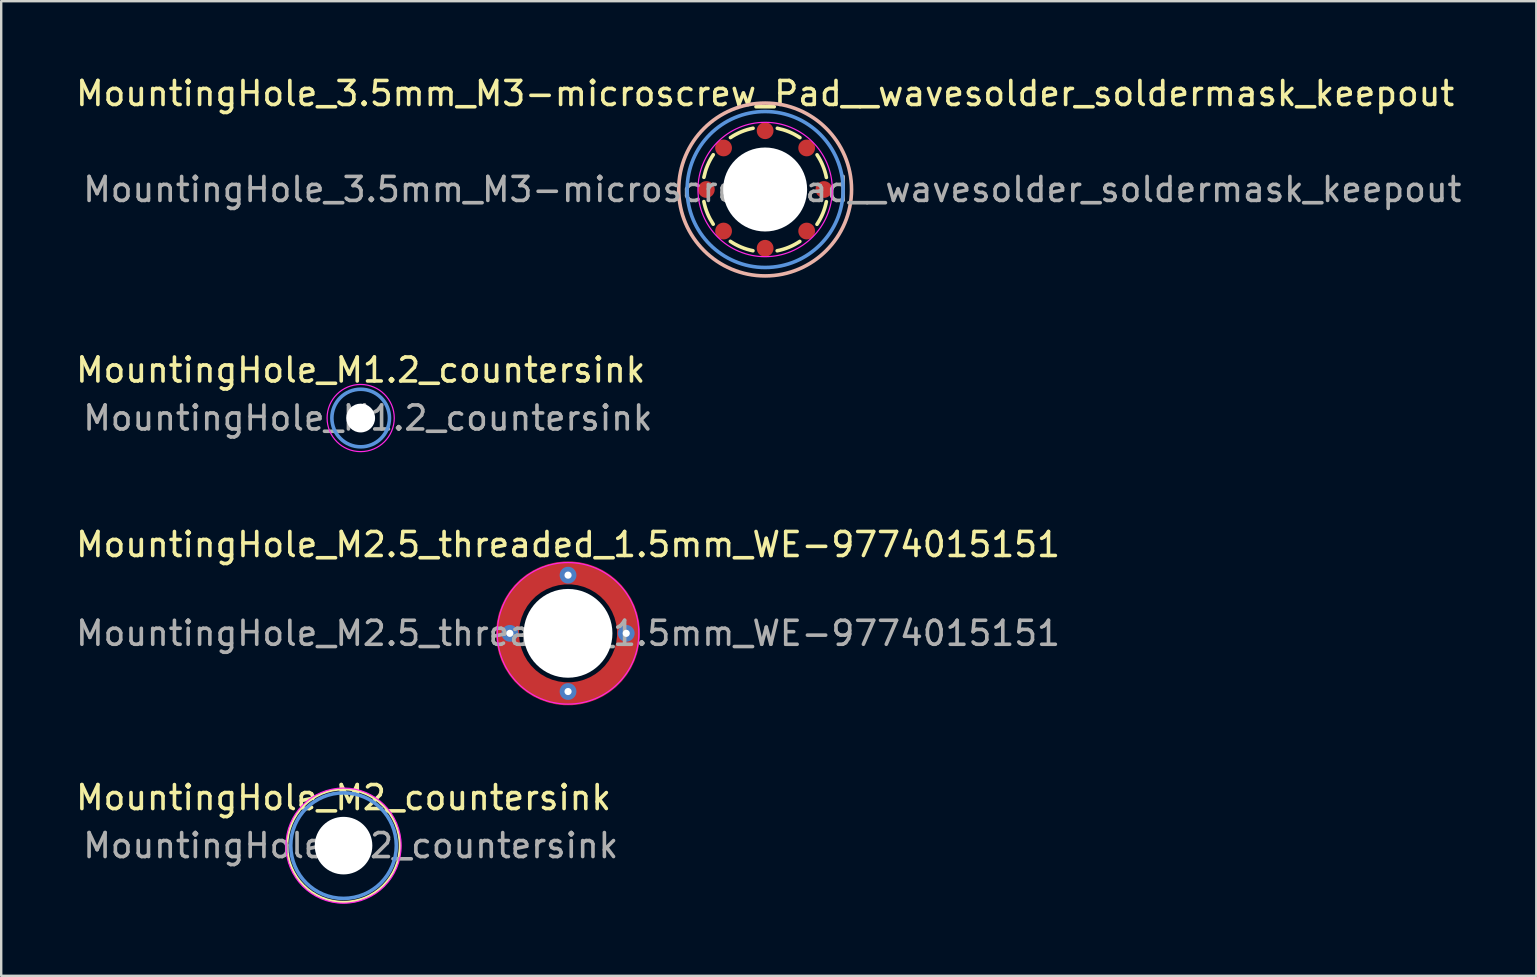
<source format=kicad_pcb>
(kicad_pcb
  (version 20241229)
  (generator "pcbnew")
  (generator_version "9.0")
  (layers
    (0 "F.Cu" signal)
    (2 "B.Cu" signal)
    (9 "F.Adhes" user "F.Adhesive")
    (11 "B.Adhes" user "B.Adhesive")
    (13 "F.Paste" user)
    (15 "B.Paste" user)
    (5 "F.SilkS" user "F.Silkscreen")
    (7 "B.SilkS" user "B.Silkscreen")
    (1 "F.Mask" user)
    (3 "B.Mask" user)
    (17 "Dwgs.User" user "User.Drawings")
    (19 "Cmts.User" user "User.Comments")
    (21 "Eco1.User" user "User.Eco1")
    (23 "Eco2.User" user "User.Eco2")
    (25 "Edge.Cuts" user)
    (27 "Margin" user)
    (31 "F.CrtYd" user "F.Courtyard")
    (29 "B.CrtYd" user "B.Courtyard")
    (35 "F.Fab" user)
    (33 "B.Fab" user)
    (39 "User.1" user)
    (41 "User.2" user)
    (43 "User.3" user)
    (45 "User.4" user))
  (footprint "MountingHole_M2.5_threaded_1.5mm_WE-9774015151"
    (layer "F.Cu")
    (at 20.625 23.346)
    (property "Reference" "MountingHole_M2.5_threaded_1.5mm_WE-9774015151" (at 0 -3.7 0) (layer "F.SilkS") (effects (font (size 1 1) (thickness 0.15))))
    (attr smd)
    (fp_circle (center 0 0) (end 2.95 0) (stroke (width 0.05) (type solid)) (fill no) (layer "F.CrtYd"))
    (fp_text user "${REFERENCE}" (at 0 0 0) (layer "F.Fab") (effects (font (size 1 1) (thickness 0.15))))
    (pad "" smd custom (at -1.6 -1.6) (size 0.5 0.5) (layers "F.Paste") (options (anchor circle)) (primitives (gr_arc (start -1.186804 1.168579) (mid -0.395782 -0.3923) (end 1.163713 -1.186047) (width 0.2)) (gr_line (start -0.353 1.169) (end -1.18 1.175) (width 0.2)) (gr_line (start 1.175 -0.35) (end 1.175 -1.19) (width 0.2)) (gr_poly (pts (xy 1.18 -0.36) (xy 0.49 -0.11) (xy -0.09 0.51) (xy -0.34 1.17) (xy -1.2 1.17) (xy -1.05 0.6) (xy -0.72 -0.03) (xy -0.36 -0.46) (xy 0.53 -1.04) (xy 1.21 -1.17)) (width 0.1) (fill yes)) (gr_arc (start -0.35259 1.167122) (mid 0.188258 0.183322) (end 1.173939 -0.354089) (width 0.2))))
    (pad "" smd custom (at -1.6 1.6 90) (size 0.5 0.5) (layers "F.Paste") (options (anchor circle)) (primitives (gr_arc (start -1.186804 1.168579) (mid -0.395782 -0.3923) (end 1.163713 -1.186047) (width 0.2)) (gr_line (start -0.353 1.169) (end -1.18 1.175) (width 0.2)) (gr_line (start 1.175 -0.35) (end 1.175 -1.19) (width 0.2)) (gr_poly (pts (xy 1.18 -0.36) (xy 0.49 -0.11) (xy -0.09 0.51) (xy -0.34 1.17) (xy -1.2 1.17) (xy -1.05 0.6) (xy -0.72 -0.03) (xy -0.36 -0.46) (xy 0.53 -1.04) (xy 1.21 -1.17)) (width 0.1) (fill yes)) (gr_arc (start -0.35259 1.167122) (mid 0.188258 0.183322) (end 1.173939 -0.354089) (width 0.2))))
    (pad "" np_thru_hole circle (at 0 0) (size 3.7 3.7) (drill 3.7) (layers "*.Cu" "*.Mask"))
    (pad "" smd custom (at 1.6 -1.6 270) (size 0.5 0.5) (layers "F.Paste") (options (anchor circle)) (primitives (gr_arc (start -1.186804 1.168579) (mid -0.395782 -0.3923) (end 1.163713 -1.186047) (width 0.2)) (gr_line (start -0.353 1.169) (end -1.18 1.175) (width 0.2)) (gr_line (start 1.175 -0.35) (end 1.175 -1.19) (width 0.2)) (gr_poly (pts (xy 1.18 -0.36) (xy 0.49 -0.11) (xy -0.09 0.51) (xy -0.34 1.17) (xy -1.2 1.17) (xy -1.05 0.6) (xy -0.72 -0.03) (xy -0.36 -0.46) (xy 0.53 -1.04) (xy 1.21 -1.17)) (width 0.1) (fill yes)) (gr_arc (start -0.35259 1.167122) (mid 0.188258 0.183322) (end 1.173939 -0.354089) (width 0.2))))
    (pad "" smd custom (at 1.6 1.6 180) (size 0.5 0.5) (layers "F.Paste") (options (anchor circle)) (primitives (gr_arc (start -1.186804 1.168579) (mid -0.395782 -0.3923) (end 1.163713 -1.186047) (width 0.2)) (gr_line (start -0.353 1.169) (end -1.18 1.175) (width 0.2)) (gr_line (start 1.175 -0.35) (end 1.175 -1.19) (width 0.2)) (gr_poly (pts (xy 1.18 -0.36) (xy 0.49 -0.11) (xy -0.09 0.51) (xy -0.34 1.17) (xy -1.2 1.17) (xy -1.05 0.6) (xy -0.72 -0.03) (xy -0.36 -0.46) (xy 0.53 -1.04) (xy 1.21 -1.17)) (width 0.1) (fill yes)) (gr_arc (start -0.35259 1.167122) (mid 0.188258 0.183322) (end 1.173939 -0.354089) (width 0.2))))
    (pad "1" thru_hole circle (at -2.425 0) (size 0.7 0.7) (drill 0.3) (layers "*.Cu" "*.Mask"))
    (pad "1" smd circle (at -1.75 -1.75) (size 0.5 0.5) (layers "F.Cu" "F.Mask"))
    (pad "1" smd custom (at -1.75 -1.75) (size 0.5 0.5) (layers "F.Cu" "F.Mask") (options (anchor circle)) (primitives (gr_circle (center 1.75 1.75) (end 4.27 1.75) (width 0.96) (fill no))))
    (pad "1" thru_hole circle (at 0 -2.425 270) (size 0.7 0.7) (drill 0.3) (layers "*.Cu" "*.Mask"))
    (pad "1" thru_hole circle (at 0 2.425 90) (size 0.7 0.7) (drill 0.3) (layers "*.Cu" "*.Mask"))
    (pad "1" thru_hole circle (at 2.425 0 180) (size 0.7 0.7) (drill 0.3) (layers "*.Cu" "*.Mask")))
  (footprint "MountingHole_3.5mm_M3-microscrew_Pad__wavesolder_soldermask_keepout"
    (layer "F.Cu")
    (at 28.839 4.848)
    (property "Reference" "MountingHole_3.5mm_M3-microscrew_Pad__wavesolder_soldermask_keepout" (at 0 -4 0) (layer "F.SilkS") (effects (font (size 1 1) (thickness 0.15))))
    (attr exclude_from_pos_files exclude_from_bom)
    (fp_arc (start -2.552166 -0.508119) (mid -2.403127 -0.998356) (end -2.160918 -1.449886) (stroke (width 0.15) (type solid)) (layer "F.SilkS"))
    (fp_arc (start -2.163948 1.445359) (mid -2.405211 0.993323) (end -2.553224 0.502776) (stroke (width 0.15) (type solid)) (layer "F.SilkS"))
    (fp_arc (start -1.445359 -2.163948) (mid -0.993323 -2.405211) (end -0.502776 -2.553224) (stroke (width 0.15) (type solid)) (layer "F.SilkS"))
    (fp_arc (start -0.508119 2.552166) (mid -0.998356 2.403127) (end -1.449886 2.160918) (stroke (width 0.15) (type solid)) (layer "F.SilkS"))
    (fp_arc (start 0.508119 -2.552166) (mid 0.998356 -2.403127) (end 1.449886 -2.160918) (stroke (width 0.15) (type solid)) (layer "F.SilkS"))
    (fp_arc (start 1.445359 2.163948) (mid 0.993323 2.405211) (end 0.502776 2.553224) (stroke (width 0.15) (type solid)) (layer "F.SilkS"))
    (fp_arc (start 2.163948 -1.445359) (mid 2.405211 -0.993323) (end 2.553224 -0.502776) (stroke (width 0.15) (type solid)) (layer "F.SilkS"))
    (fp_arc (start 2.552166 0.508119) (mid 2.403127 0.998356) (end 2.160918 1.449886) (stroke (width 0.15) (type solid)) (layer "F.SilkS"))
    (fp_circle (center 0 0) (end 3.6 0.1) (stroke (width 0.15) (type solid)) (fill no) (layer "B.SilkS"))
    (fp_circle (center 0 0) (end 3.25 0) (stroke (width 0.15) (type solid)) (fill no) (layer "Cmts.User"))
    (fp_circle (center 0 0) (end 2.8 0) (stroke (width 0.05) (type solid)) (fill no) (layer "F.CrtYd"))
    (fp_text user "${REFERENCE}" (at 0.3 0 0) (layer "F.Fab") (effects (font (size 1 1) (thickness 0.15))))
    (pad "" np_thru_hole circle (at 0 0) (size 3.5 3.5) (drill 3.5) (layers "*.Cu" "*.Mask"))
    (pad "" smd circle (at 0 0) (size 6.6 6.6) (layers "B.Mask"))
    (pad "1" smd circle (at -2.45 0 90) (size 0.7 0.7) (layers "F.Cu" "F.Mask" "F.Paste"))
    (pad "1" smd circle (at -1.732 -1.732 45) (size 0.7 0.7) (layers "F.Cu" "F.Mask" "F.Paste"))
    (pad "1" smd circle (at -1.732 1.732 45) (size 0.7 0.7) (layers "F.Cu" "F.Mask" "F.Paste"))
    (pad "1" smd circle (at 0 -2.45 270) (size 0.7 0.7) (layers "F.Cu" "F.Mask" "F.Paste"))
    (pad "1" smd circle (at 0 2.45 90) (size 0.7 0.7) (layers "F.Cu" "F.Mask" "F.Paste"))
    (pad "1" smd circle (at 1.732 -1.732 225) (size 0.7 0.7) (layers "F.Cu" "F.Mask" "F.Paste"))
    (pad "1" smd circle (at 1.732 1.732 225) (size 0.7 0.7) (layers "F.Cu" "F.Mask" "F.Paste"))
    (pad "1" smd circle (at 2.45 0 270) (size 0.7 0.7) (layers "F.Cu" "F.Mask" "F.Paste")))
  (footprint "MountingHole_M1.2_countersink"
    (layer "F.Cu")
    (at 11.982 14.373)
    (property "Reference" "MountingHole_M1.2_countersink" (at 0 -2 0) (layer "F.SilkS") (effects (font (size 1 1) (thickness 0.15))))
    (attr exclude_from_pos_files exclude_from_bom)
    (fp_circle (center 0 0) (end 1.2 0) (stroke (width 0.15) (type solid)) (fill no) (layer "Cmts.User"))
    (fp_circle (center 0 0) (end 1.4 0) (stroke (width 0.05) (type solid)) (fill no) (layer "F.CrtYd"))
    (fp_text user "${REFERENCE}" (at 0.3 0 0) (layer "F.Fab") (effects (font (size 1 1) (thickness 0.15))))
    (pad "" np_thru_hole circle (at 0 0) (size 1.2 1.2) (drill 1.2) (layers "*.Cu" "*.Mask")))
  (footprint "MountingHole_M2_countersink"
    (layer "F.Cu")
    (at 11.268 32.194)
    (property "Reference" "MountingHole_M2_countersink" (at 0 -2 0) (layer "F.SilkS") (effects (font (size 1 1) (thickness 0.15))))
    (attr exclude_from_pos_files exclude_from_bom)
    (fp_circle (center 0 0) (end 2.35 0) (stroke (width 0.1) (type default)) (fill no) (layer "F.SilkS"))
    (fp_circle (center 0 0) (end 2.2 0) (stroke (width 0.15) (type solid)) (fill no) (layer "Cmts.User"))
    (fp_circle (center 0 0) (end 2.4 0) (stroke (width 0.05) (type solid)) (fill no) (layer "F.CrtYd"))
    (fp_text user "${REFERENCE}" (at 0.3 0 0) (layer "F.Fab") (effects (font (size 1 1) (thickness 0.15))))
    (pad "" np_thru_hole circle (at 0 0) (size 2.4 2.4) (drill 2.4) (layers "*.Cu" "*.Mask"))
    (pad "" smd circle (at 0 0) (size 4.4 4.4) (layers "F.Mask"))
    (zone (net_name "") (layer "F.Cu") (hatch edge 0.5) (connect_pads) (min_thickness 0.25) (filled_areas_thickness no) (keepout (tracks not_allowed) (vias not_allowed) (pads allowed) (copperpour not_allowed) (footprints allowed)) (placement (enabled no)) (fill) (polygon (pts (xy 8.918 32.194) (xy 8.968 32.694) (xy 9.068 33.094) (xy 9.318 33.494) (xy 9.568 33.794) (xy 9.868 34.094) (xy 10.218 34.294) (xy 10.618 34.444) (xy 11.068 34.544) (xy 11.268 34.544) (xy 11.268 32.194))))
    (zone (net_name "") (layer "F.Cu") (hatch edge 0.5) (connect_pads) (min_thickness 0.25) (filled_areas_thickness no) (keepout (tracks not_allowed) (vias not_allowed) (pads allowed) (copperpour not_allowed) (footprints allowed)) (placement (enabled no)) (fill) (polygon (pts (xy 11.268 29.844) (xy 10.768 29.894) (xy 10.368 29.994) (xy 9.968 30.244) (xy 9.668 30.494) (xy 9.368 30.794) (xy 9.168 31.144) (xy 9.018 31.544) (xy 8.918 31.994) (xy 8.918 32.194) (xy 11.268 32.194))))
    (zone (net_name "") (layer "F.Cu") (hatch edge 0.5) (connect_pads) (min_thickness 0.25) (filled_areas_thickness no) (keepout (tracks not_allowed) (vias not_allowed) (pads allowed) (copperpour not_allowed) (footprints allowed)) (placement (enabled no)) (fill) (polygon (pts (xy 11.268 34.544) (xy 11.768 34.494) (xy 12.168 34.394) (xy 12.568 34.144) (xy 12.868 33.894) (xy 13.168 33.594) (xy 13.368 33.244) (xy 13.518 32.844) (xy 13.618 32.394) (xy 13.618 32.194) (xy 11.268 32.194))))
    (zone (net_name "") (layer "F.Cu") (hatch edge 0.5) (connect_pads) (min_thickness 0.25) (filled_areas_thickness no) (keepout (tracks not_allowed) (vias not_allowed) (pads allowed) (copperpour not_allowed) (footprints allowed)) (placement (enabled no)) (fill) (polygon (pts (xy 13.618 32.194) (xy 13.568 31.694) (xy 13.468 31.294) (xy 13.218 30.894) (xy 12.968 30.594) (xy 12.668 30.294) (xy 12.318 30.094) (xy 11.918 29.944) (xy 11.468 29.844) (xy 11.268 29.844) (xy 11.268 32.194)))))
  (gr_rect
    (start -3 -3)
    (end 60.979 37.619)
    (stroke (width 0.1) (type default))
    (fill no)
    (layer "Edge.Cuts")))
</source>
